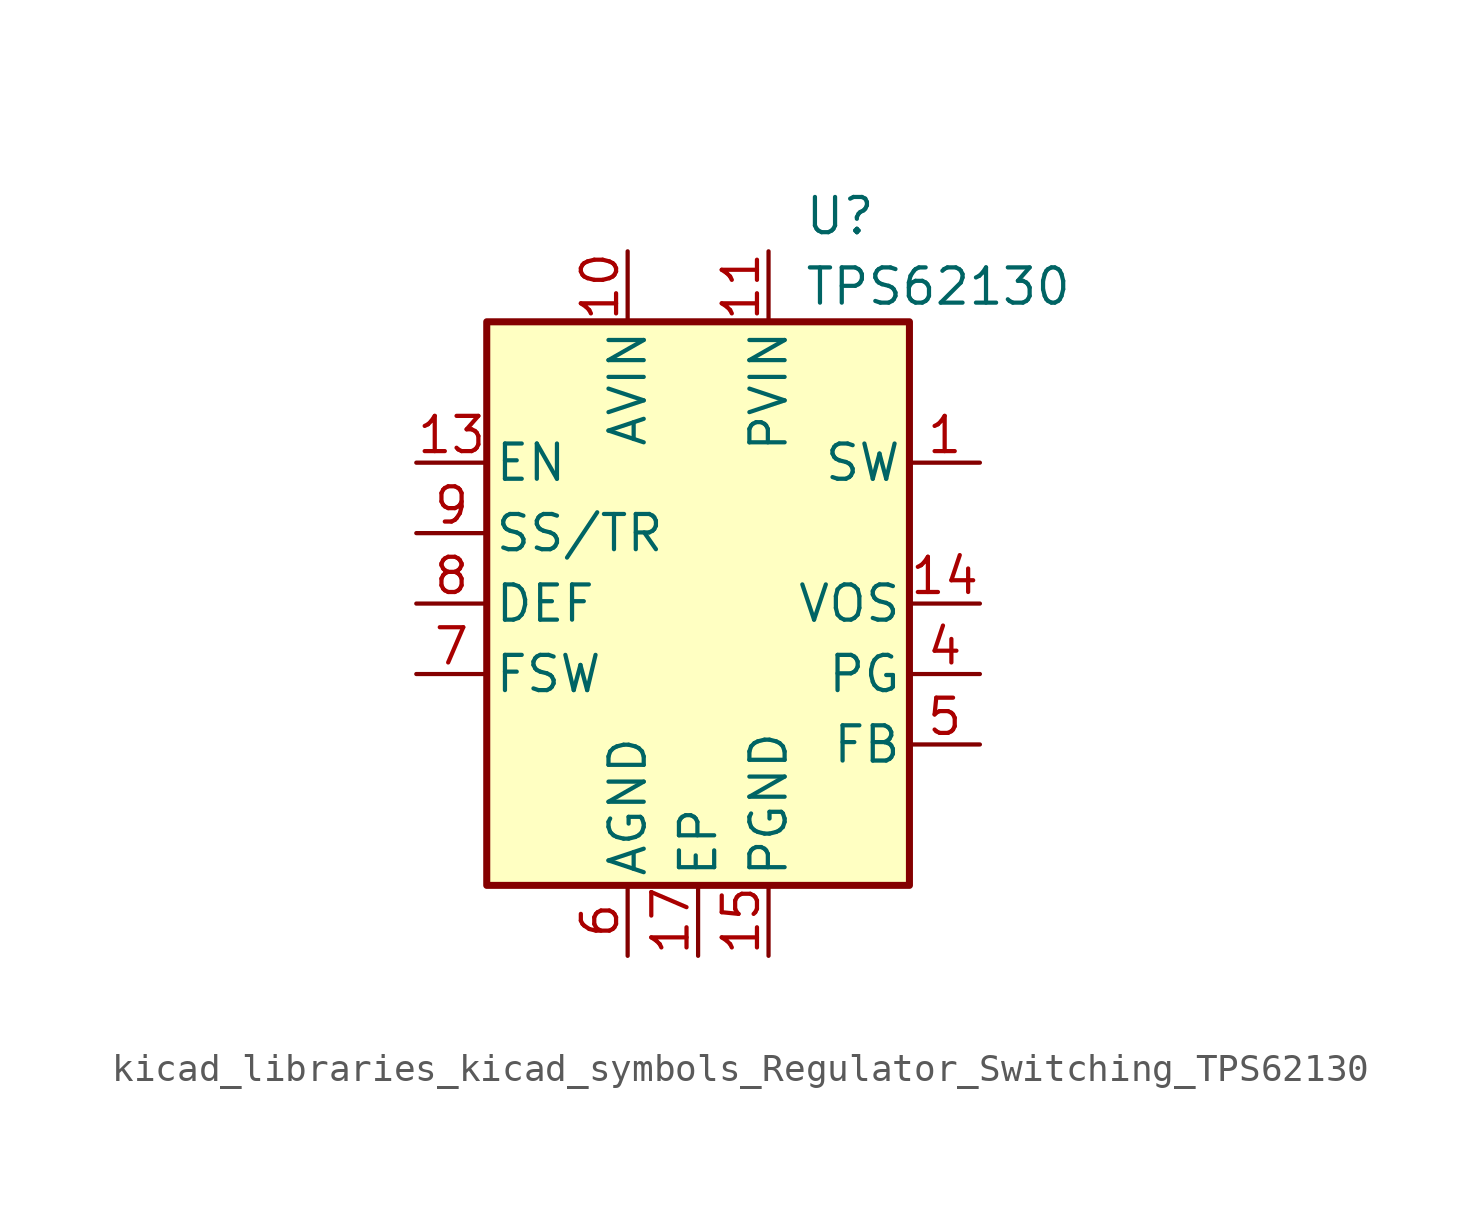
<source format=kicad_sym>
(kicad_symbol_lib
  (version 20220914)
  (generator kicad_symbol_editor)
  (symbol "kicad_libraries_kicad_symbols_Regulator_Switching_TPS62130"
    (pin_names
      (offset 0.254))
    (property "Reference" "U"
      (at 3.81 13.97 0)
      (effects (font (size 1.27 1.27)) (justify left)))
    (property "Value" "TPS62130"
      (at 3.81 11.43 0)
      (effects (font (size 1.27 1.27)) (justify left)))
    (symbol "kicad_libraries_kicad_symbols_Regulator_Switching_TPS62130_0_1"
      (rectangle (start -7.62 10.16) (end 7.62 -10.16) (stroke (width 0.254) (type default)) (fill (type background))))
    (symbol "kicad_libraries_kicad_symbols_Regulator_Switching_TPS62130_1_1"
      (pin output line (at 10.16 5.08 180) (length 2.54) (name "SW" (effects (font (size 1.27 1.27)))) (number "1" (effects (font (size 1.27 1.27)))))
      (pin power_in line (at -2.54 12.7 270) (length 2.54) (name "AVIN" (effects (font (size 1.27 1.27)))) (number "10" (effects (font (size 1.27 1.27)))))
      (pin power_in line (at 2.54 12.7 270) (length 2.54) (name "PVIN" (effects (font (size 1.27 1.27)))) (number "11" (effects (font (size 1.27 1.27)))))
      (pin passive line (at 2.54 12.7 270) (length 2.54) hide (name "PVIN" (effects (font (size 1.27 1.27)))) (number "12" (effects (font (size 1.27 1.27)))))
      (pin input line (at -10.16 5.08 0) (length 2.54) (name "EN" (effects (font (size 1.27 1.27)))) (number "13" (effects (font (size 1.27 1.27)))))
      (pin input line (at 10.16 0 180) (length 2.54) (name "VOS" (effects (font (size 1.27 1.27)))) (number "14" (effects (font (size 1.27 1.27)))))
      (pin power_in line (at 2.54 -12.7 90) (length 2.54) (name "PGND" (effects (font (size 1.27 1.27)))) (number "15" (effects (font (size 1.27 1.27)))))
      (pin passive line (at 2.54 -12.7 90) (length 2.54) hide (name "PGND" (effects (font (size 1.27 1.27)))) (number "16" (effects (font (size 1.27 1.27)))))
      (pin power_in line (at 0 -12.7 90) (length 2.54) (name "EP" (effects (font (size 1.27 1.27)))) (number "17" (effects (font (size 1.27 1.27)))))
      (pin passive line (at 10.16 5.08 180) (length 2.54) hide (name "SW" (effects (font (size 1.27 1.27)))) (number "2" (effects (font (size 1.27 1.27)))))
      (pin passive line (at 10.16 5.08 180) (length 2.54) hide (name "SW" (effects (font (size 1.27 1.27)))) (number "3" (effects (font (size 1.27 1.27)))))
      (pin open_collector line (at 10.16 -2.54 180) (length 2.54) (name "PG" (effects (font (size 1.27 1.27)))) (number "4" (effects (font (size 1.27 1.27)))))
      (pin input line (at 10.16 -5.08 180) (length 2.54) (name "FB" (effects (font (size 1.27 1.27)))) (number "5" (effects (font (size 1.27 1.27)))))
      (pin power_in line (at -2.54 -12.7 90) (length 2.54) (name "AGND" (effects (font (size 1.27 1.27)))) (number "6" (effects (font (size 1.27 1.27)))))
      (pin input line (at -10.16 -2.54 0) (length 2.54) (name "FSW" (effects (font (size 1.27 1.27)))) (number "7" (effects (font (size 1.27 1.27)))))
      (pin input line (at -10.16 0 0) (length 2.54) (name "DEF" (effects (font (size 1.27 1.27)))) (number "8" (effects (font (size 1.27 1.27)))))
      (pin input line (at -10.16 2.54 0) (length 2.54) (name "SS/TR" (effects (font (size 1.27 1.27)))) (number "9" (effects (font (size 1.27 1.27))))))))
</source>
